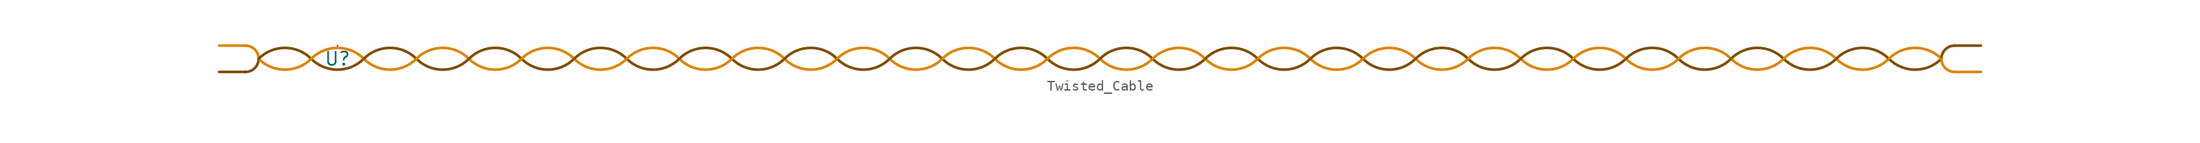
<source format=kicad_sym>
(kicad_symbol_lib
  (version 20231120)
  (generator "kicad_symbol_editor")
  (generator_version "8.0")
  (symbol "Twisted_Cable"
    (property "Reference" "U"
      (at 0 0 0)
      (effects (font (size 1.27 1.27))))
    (property "Value" ""
      (at 0 0 0)
      (effects (font (size 1.27 1.27))))
    (symbol "Twisted_Cable_0_1"
      (arc (start -8.8899 -1.2701) (mid -7.9919 -0.8981) (end -7.6199 -0.0001) (stroke (width 0.254) (type default) (color 128 77 0 1)) (fill (type none)))
      (arc (start -7.62 0) (mid -7.992 0.898) (end -8.89 1.27) (stroke (width 0.254) (type default) (color 221 133 0 1)) (fill (type none)))
      (arc (start -7.62 0) (mid -5.08 -1.0521) (end -2.54 0) (stroke (width 0.254) (type default) (color 221 133 0 1)) (fill (type none)))
      (arc (start -2.54 0) (mid -5.08 1.0521) (end -7.62 0) (stroke (width 0.254) (type default) (color 128 77 0 1)) (fill (type none)))
      (arc (start -2.54 0) (mid 0 -1.0521) (end 2.54 0) (stroke (width 0.254) (type default) (color 128 77 0 1)) (fill (type none)))
      (polyline (pts (xy -8.89 -1.27) (xy -11.43 -1.27)) (stroke (width 0.254) (type default) (color 128 77 0 1)) (fill (type none)))
      (polyline (pts (xy -8.89 -1.27) (xy -8.89 -1.27)) (stroke (width 0) (type default)) (fill (type none)))
      (polyline (pts (xy -8.89 1.27) (xy -11.43 1.27)) (stroke (width 0.254) (type default) (color 221 133 0 1)) (fill (type none)))
      (polyline (pts (xy 156.21 -1.27) (xy 158.75 -1.27)) (stroke (width 0.254) (type default) (color 221 133 0 1)) (fill (type none)))
      (polyline (pts (xy 156.21 1.27) (xy 158.75 1.27)) (stroke (width 0.254) (type default) (color 128 77 0 1)) (fill (type none)))
      (arc (start 0 1.27) (mid 0 1.27) (end 0 1.27) (stroke (width 0) (type default)) (fill (type none)))
      (arc (start 2.54 0) (mid 0 1.0521) (end -2.54 0) (stroke (width 0.254) (type default) (color 221 133 0 1)) (fill (type none)))
      (arc (start 2.54 0) (mid 2.54 0) (end 2.54 0) (stroke (width 0) (type default)) (fill (type none)))
      (arc (start 2.54 0) (mid 5.08 -1.0521) (end 7.62 0) (stroke (width 0.254) (type default) (color 221 133 0 1)) (fill (type none)))
      (arc (start 7.62 0) (mid 5.08 1.0521) (end 2.54 0) (stroke (width 0.254) (type default) (color 128 77 0 1)) (fill (type none)))
      (arc (start 7.62 0) (mid 7.62 0) (end 7.62 0) (stroke (width 0) (type default)) (fill (type none)))
      (arc (start 7.62 0) (mid 10.16 -1.0521) (end 12.7 0) (stroke (width 0.254) (type default) (color 128 77 0 1)) (fill (type none)))
      (arc (start 12.7 0) (mid 10.16 1.0521) (end 7.62 0) (stroke (width 0.254) (type default) (color 221 133 0 1)) (fill (type none)))
      (arc (start 12.7 0) (mid 15.24 -1.0521) (end 17.78 0) (stroke (width 0.254) (type default) (color 221 133 0 1)) (fill (type none)))
      (arc (start 17.78 0) (mid 15.24 1.0521) (end 12.7 0) (stroke (width 0.254) (type default) (color 128 77 0 1)) (fill (type none)))
      (arc (start 17.78 0) (mid 17.78 0) (end 17.78 0) (stroke (width 0) (type default)) (fill (type none)))
      (arc (start 17.78 0) (mid 20.32 -1.0521) (end 22.86 0) (stroke (width 0.254) (type default) (color 128 77 0 1)) (fill (type none)))
      (arc (start 22.86 0) (mid 20.32 1.0521) (end 17.78 0) (stroke (width 0.254) (type default) (color 221 133 0 1)) (fill (type none)))
      (arc (start 22.86 0) (mid 25.4 -1.0521) (end 27.94 0) (stroke (width 0.254) (type default) (color 221 133 0 1)) (fill (type none)))
      (arc (start 27.94 0) (mid 25.4 1.0521) (end 22.86 0) (stroke (width 0.254) (type default) (color 128 77 0 1)) (fill (type none)))
      (arc (start 27.94 0) (mid 27.94 0) (end 27.94 0) (stroke (width 0) (type default)) (fill (type none)))
      (arc (start 27.94 0) (mid 30.48 -1.0521) (end 33.02 0) (stroke (width 0.254) (type default) (color 128 77 0 1)) (fill (type none)))
      (arc (start 33.02 0) (mid 30.48 1.0521) (end 27.94 0) (stroke (width 0.254) (type default) (color 221 133 0 1)) (fill (type none)))
      (arc (start 33.02 0) (mid 35.56 -1.0521) (end 38.1 0) (stroke (width 0.254) (type default) (color 221 133 0 1)) (fill (type none)))
      (arc (start 38.1 0) (mid 35.56 1.0521) (end 33.02 0) (stroke (width 0.254) (type default) (color 128 77 0 1)) (fill (type none)))
      (arc (start 38.1 0) (mid 38.1 0) (end 38.1 0) (stroke (width 0) (type default)) (fill (type none)))
      (arc (start 38.1 0) (mid 40.64 -1.0521) (end 43.18 0) (stroke (width 0.254) (type default) (color 128 77 0 1)) (fill (type none)))
      (arc (start 43.18 0) (mid 40.64 1.0521) (end 38.1 0) (stroke (width 0.254) (type default) (color 221 133 0 1)) (fill (type none)))
      (arc (start 43.18 0) (mid 45.72 -1.0521) (end 48.26 0) (stroke (width 0.254) (type default) (color 221 133 0 1)) (fill (type none)))
      (arc (start 48.26 0) (mid 45.72 1.0521) (end 43.18 0) (stroke (width 0.254) (type default) (color 128 77 0 1)) (fill (type none)))
      (arc (start 48.26 0) (mid 48.26 0) (end 48.26 0) (stroke (width 0) (type default)) (fill (type none)))
      (arc (start 48.26 0) (mid 50.8 -1.0521) (end 53.34 0) (stroke (width 0.254) (type default) (color 128 77 0 1)) (fill (type none)))
      (arc (start 53.34 0) (mid 50.8 1.0521) (end 48.26 0) (stroke (width 0.254) (type default) (color 221 133 0 1)) (fill (type none)))
      (arc (start 53.34 0) (mid 55.88 -1.0521) (end 58.42 0) (stroke (width 0.254) (type default) (color 221 133 0 1)) (fill (type none)))
      (arc (start 58.42 0) (mid 55.88 1.0521) (end 53.34 0) (stroke (width 0.254) (type default) (color 128 77 0 1)) (fill (type none)))
      (arc (start 58.42 0) (mid 58.42 0) (end 58.42 0) (stroke (width 0) (type default)) (fill (type none)))
      (arc (start 58.42 0) (mid 60.96 -1.0521) (end 63.5 0) (stroke (width 0.254) (type default) (color 128 77 0 1)) (fill (type none)))
      (arc (start 63.5 0) (mid 60.96 1.0521) (end 58.42 0) (stroke (width 0.254) (type default) (color 221 133 0 1)) (fill (type none)))
      (arc (start 63.5 0) (mid 66.04 -1.0521) (end 68.58 0) (stroke (width 0.254) (type default) (color 221 133 0 1)) (fill (type none)))
      (arc (start 68.58 0) (mid 66.04 1.0521) (end 63.5 0) (stroke (width 0.254) (type default) (color 128 77 0 1)) (fill (type none)))
      (arc (start 68.58 0) (mid 68.58 0) (end 68.58 0) (stroke (width 0) (type default)) (fill (type none)))
      (arc (start 68.58 0) (mid 71.12 -1.0521) (end 73.66 0) (stroke (width 0.254) (type default) (color 128 77 0 1)) (fill (type none)))
      (arc (start 73.66 0) (mid 71.12 1.0521) (end 68.58 0) (stroke (width 0.254) (type default) (color 221 133 0 1)) (fill (type none)))
      (arc (start 73.66 0) (mid 76.2 -1.0521) (end 78.74 0) (stroke (width 0.254) (type default) (color 221 133 0 1)) (fill (type none)))
      (arc (start 78.74 0) (mid 76.2 1.0521) (end 73.66 0) (stroke (width 0.254) (type default) (color 128 77 0 1)) (fill (type none)))
      (arc (start 78.74 0) (mid 78.74 0) (end 78.74 0) (stroke (width 0) (type default)) (fill (type none)))
      (arc (start 78.74 0) (mid 81.28 -1.0521) (end 83.82 0) (stroke (width 0.254) (type default) (color 128 77 0 1)) (fill (type none)))
      (arc (start 83.82 0) (mid 81.28 1.0521) (end 78.74 0) (stroke (width 0.254) (type default) (color 221 133 0 1)) (fill (type none)))
      (arc (start 83.82 0) (mid 86.36 -1.0521) (end 88.9 0) (stroke (width 0.254) (type default) (color 221 133 0 1)) (fill (type none)))
      (arc (start 88.9 0) (mid 86.36 1.0521) (end 83.82 0) (stroke (width 0.254) (type default) (color 128 77 0 1)) (fill (type none)))
      (arc (start 88.9 0) (mid 88.9 0) (end 88.9 0) (stroke (width 0) (type default)) (fill (type none)))
      (arc (start 88.9 0) (mid 91.44 -1.0521) (end 93.98 0) (stroke (width 0.254) (type default) (color 128 77 0 1)) (fill (type none)))
      (arc (start 93.98 0) (mid 91.44 1.0521) (end 88.9 0) (stroke (width 0.254) (type default) (color 221 133 0 1)) (fill (type none)))
      (arc (start 93.98 0) (mid 96.52 -1.0521) (end 99.06 0) (stroke (width 0.254) (type default) (color 221 133 0 1)) (fill (type none)))
      (arc (start 99.06 0) (mid 96.52 1.0521) (end 93.98 0) (stroke (width 0.254) (type default) (color 128 77 0 1)) (fill (type none)))
      (arc (start 99.06 0) (mid 99.06 0) (end 99.06 0) (stroke (width 0) (type default)) (fill (type none)))
      (arc (start 99.06 0) (mid 101.6 -1.0521) (end 104.14 0) (stroke (width 0.254) (type default) (color 128 77 0 1)) (fill (type none)))
      (arc (start 104.14 0) (mid 101.6 1.0521) (end 99.06 0) (stroke (width 0.254) (type default) (color 221 133 0 1)) (fill (type none)))
      (arc (start 104.14 0) (mid 106.68 -1.0521) (end 109.22 0) (stroke (width 0.254) (type default) (color 221 133 0 1)) (fill (type none)))
      (arc (start 109.22 0) (mid 106.68 1.0521) (end 104.14 0) (stroke (width 0.254) (type default) (color 128 77 0 1)) (fill (type none)))
      (arc (start 109.22 0) (mid 109.22 0) (end 109.22 0) (stroke (width 0) (type default)) (fill (type none)))
      (arc (start 109.22 0) (mid 111.76 -1.0521) (end 114.3 0) (stroke (width 0.254) (type default) (color 128 77 0 1)) (fill (type none)))
      (arc (start 114.3 0) (mid 111.76 1.0521) (end 109.22 0) (stroke (width 0.254) (type default) (color 221 133 0 1)) (fill (type none)))
      (arc (start 114.3 0) (mid 116.84 -1.0521) (end 119.38 0) (stroke (width 0.254) (type default) (color 221 133 0 1)) (fill (type none)))
      (arc (start 119.38 0) (mid 116.84 1.0521) (end 114.3 0) (stroke (width 0.254) (type default) (color 128 77 0 1)) (fill (type none)))
      (arc (start 119.38 0) (mid 119.38 0) (end 119.38 0) (stroke (width 0) (type default)) (fill (type none)))
      (arc (start 119.38 0) (mid 121.92 -1.0521) (end 124.46 0) (stroke (width 0.254) (type default) (color 128 77 0 1)) (fill (type none)))
      (arc (start 124.46 0) (mid 121.92 1.0521) (end 119.38 0) (stroke (width 0.254) (type default) (color 221 133 0 1)) (fill (type none)))
      (arc (start 124.46 0) (mid 127 -1.0521) (end 129.54 0) (stroke (width 0.254) (type default) (color 221 133 0 1)) (fill (type none)))
      (arc (start 129.54 0) (mid 127 1.0521) (end 124.46 0) (stroke (width 0.254) (type default) (color 128 77 0 1)) (fill (type none)))
      (arc (start 129.54 0) (mid 129.54 0) (end 129.54 0) (stroke (width 0) (type default)) (fill (type none)))
      (arc (start 129.54 0) (mid 132.08 -1.0521) (end 134.62 0) (stroke (width 0.254) (type default) (color 128 77 0 1)) (fill (type none)))
      (arc (start 134.62 0) (mid 132.08 1.0521) (end 129.54 0) (stroke (width 0.254) (type default) (color 221 133 0 1)) (fill (type none)))
      (arc (start 134.62 0) (mid 137.16 -1.0521) (end 139.7 0) (stroke (width 0.254) (type default) (color 221 133 0 1)) (fill (type none)))
      (arc (start 139.7 0) (mid 137.16 1.0521) (end 134.62 0) (stroke (width 0.254) (type default) (color 128 77 0 1)) (fill (type none)))
      (arc (start 139.7 0) (mid 139.7 0) (end 139.7 0) (stroke (width 0) (type default)) (fill (type none)))
      (arc (start 139.7 0) (mid 142.24 -1.0521) (end 144.78 0) (stroke (width 0.254) (type default) (color 128 77 0 1)) (fill (type none)))
      (arc (start 144.78 0) (mid 142.24 1.0521) (end 139.7 0) (stroke (width 0.254) (type default) (color 221 133 0 1)) (fill (type none)))
      (arc (start 144.78 0) (mid 147.32 -1.0521) (end 149.86 0) (stroke (width 0.254) (type default) (color 221 133 0 1)) (fill (type none)))
      (arc (start 149.86 0) (mid 147.32 1.0521) (end 144.78 0) (stroke (width 0.254) (type default) (color 128 77 0 1)) (fill (type none)))
      (arc (start 149.86 0) (mid 149.86 0) (end 149.86 0) (stroke (width 0) (type default)) (fill (type none)))
      (arc (start 149.86 0) (mid 152.4 -1.0521) (end 154.94 0) (stroke (width 0.254) (type default) (color 128 77 0 1)) (fill (type none)))
      (arc (start 154.94 0) (mid 152.4 1.0521) (end 149.86 0) (stroke (width 0.254) (type default) (color 221 133 0 1)) (fill (type none)))
      (arc (start 154.94 0) (mid 155.312 -0.898) (end 156.21 -1.27) (stroke (width 0.254) (type default) (color 221 133 0 1)) (fill (type none)))
      (arc (start 156.21 1.27) (mid 155.312 0.898) (end 154.94 0) (stroke (width 0.254) (type default) (color 128 77 0 1)) (fill (type none))))))
</source>
